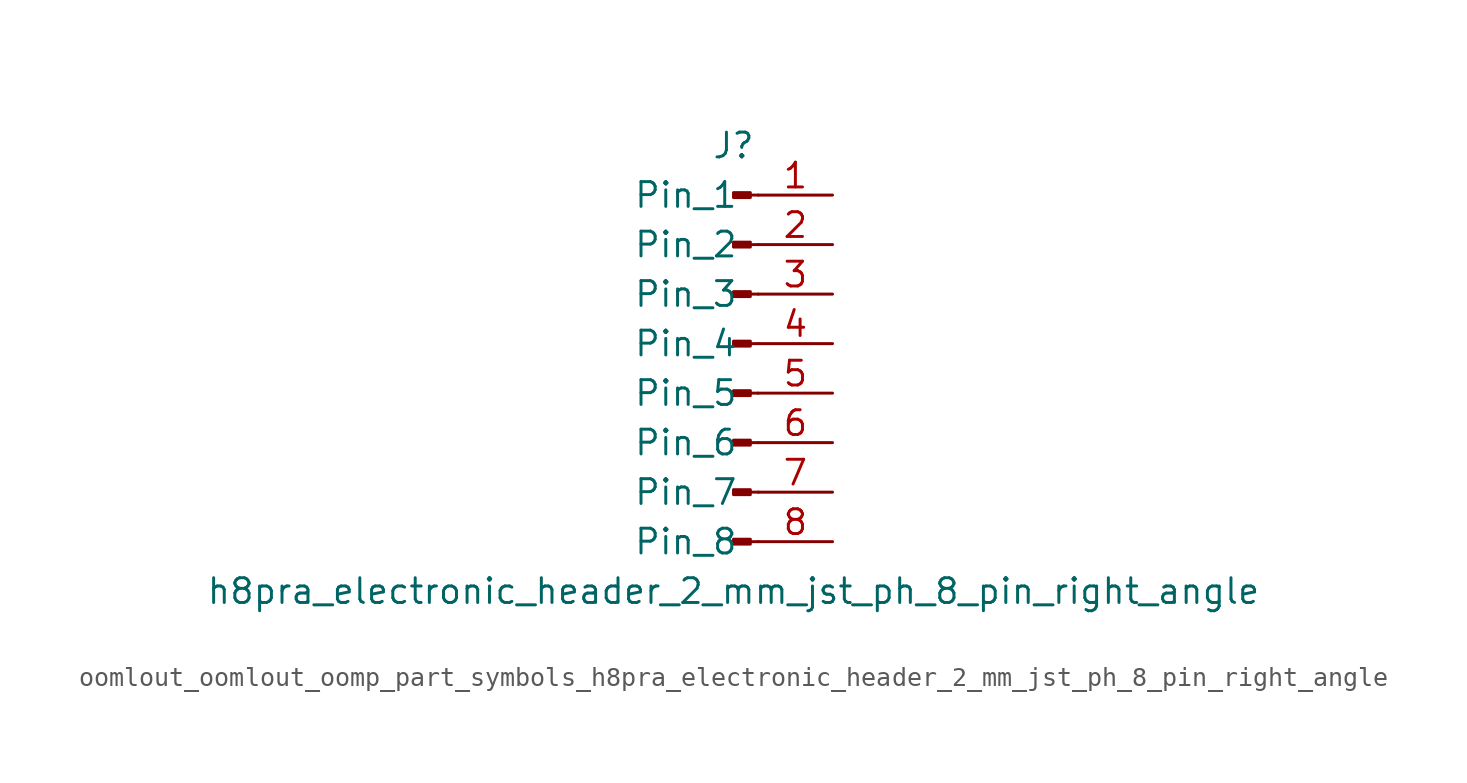
<source format=kicad_sym>
(kicad_symbol_lib
  (version 20220914)
  (generator kicad_symbol_editor)
  (symbol "oomlout_oomlout_oomp_part_symbols_h8pra_electronic_header_2_mm_jst_ph_8_pin_right_angle"
    (pin_names
      (offset 1.016))
    (property "Reference" "J"
      (at 0 10.16 0)
      (effects (font (size 1.27 1.27))))
    (property "Value" "h8pra_electronic_header_2_mm_jst_ph_8_pin_right_angle"
      (at 0 -12.7 0)
      (effects (font (size 1.27 1.27))))
    (property "ki_locked" ""
      (at 0 0 0)
      (effects (font (size 1.27 1.27))))
    (symbol "oomlout_oomlout_oomp_part_symbols_h8pra_electronic_header_2_mm_jst_ph_8_pin_right_angle_1_1"
      (polyline (pts (xy 1.27 -10.16) (xy 0.864 -10.16)) (stroke (width 0.152) (type default)) (fill (type none)))
      (polyline (pts (xy 1.27 -7.62) (xy 0.864 -7.62)) (stroke (width 0.152) (type default)) (fill (type none)))
      (polyline (pts (xy 1.27 -5.08) (xy 0.864 -5.08)) (stroke (width 0.152) (type default)) (fill (type none)))
      (polyline (pts (xy 1.27 -2.54) (xy 0.864 -2.54)) (stroke (width 0.152) (type default)) (fill (type none)))
      (polyline (pts (xy 1.27 0) (xy 0.864 0)) (stroke (width 0.152) (type default)) (fill (type none)))
      (polyline (pts (xy 1.27 2.54) (xy 0.864 2.54)) (stroke (width 0.152) (type default)) (fill (type none)))
      (polyline (pts (xy 1.27 5.08) (xy 0.864 5.08)) (stroke (width 0.152) (type default)) (fill (type none)))
      (polyline (pts (xy 1.27 7.62) (xy 0.864 7.62)) (stroke (width 0.152) (type default)) (fill (type none)))
      (rectangle (start 0.864 -10.033) (end 0 -10.287) (stroke (width 0.152) (type default)) (fill (type outline)))
      (rectangle (start 0.864 -7.493) (end 0 -7.747) (stroke (width 0.152) (type default)) (fill (type outline)))
      (rectangle (start 0.864 -4.953) (end 0 -5.207) (stroke (width 0.152) (type default)) (fill (type outline)))
      (rectangle (start 0.864 -2.413) (end 0 -2.667) (stroke (width 0.152) (type default)) (fill (type outline)))
      (rectangle (start 0.864 0.127) (end 0 -0.127) (stroke (width 0.152) (type default)) (fill (type outline)))
      (rectangle (start 0.864 2.667) (end 0 2.413) (stroke (width 0.152) (type default)) (fill (type outline)))
      (rectangle (start 0.864 5.207) (end 0 4.953) (stroke (width 0.152) (type default)) (fill (type outline)))
      (rectangle (start 0.864 7.747) (end 0 7.493) (stroke (width 0.152) (type default)) (fill (type outline)))
      (pin passive line (at 5.08 7.62 180) (length 3.81) (name "Pin_1" (effects (font (size 1.27 1.27)))) (number "1" (effects (font (size 1.27 1.27)))))
      (pin passive line (at 5.08 5.08 180) (length 3.81) (name "Pin_2" (effects (font (size 1.27 1.27)))) (number "2" (effects (font (size 1.27 1.27)))))
      (pin passive line (at 5.08 2.54 180) (length 3.81) (name "Pin_3" (effects (font (size 1.27 1.27)))) (number "3" (effects (font (size 1.27 1.27)))))
      (pin passive line (at 5.08 0 180) (length 3.81) (name "Pin_4" (effects (font (size 1.27 1.27)))) (number "4" (effects (font (size 1.27 1.27)))))
      (pin passive line (at 5.08 -2.54 180) (length 3.81) (name "Pin_5" (effects (font (size 1.27 1.27)))) (number "5" (effects (font (size 1.27 1.27)))))
      (pin passive line (at 5.08 -5.08 180) (length 3.81) (name "Pin_6" (effects (font (size 1.27 1.27)))) (number "6" (effects (font (size 1.27 1.27)))))
      (pin passive line (at 5.08 -7.62 180) (length 3.81) (name "Pin_7" (effects (font (size 1.27 1.27)))) (number "7" (effects (font (size 1.27 1.27)))))
      (pin passive line (at 5.08 -10.16 180) (length 3.81) (name "Pin_8" (effects (font (size 1.27 1.27)))) (number "8" (effects (font (size 1.27 1.27))))))))
</source>
